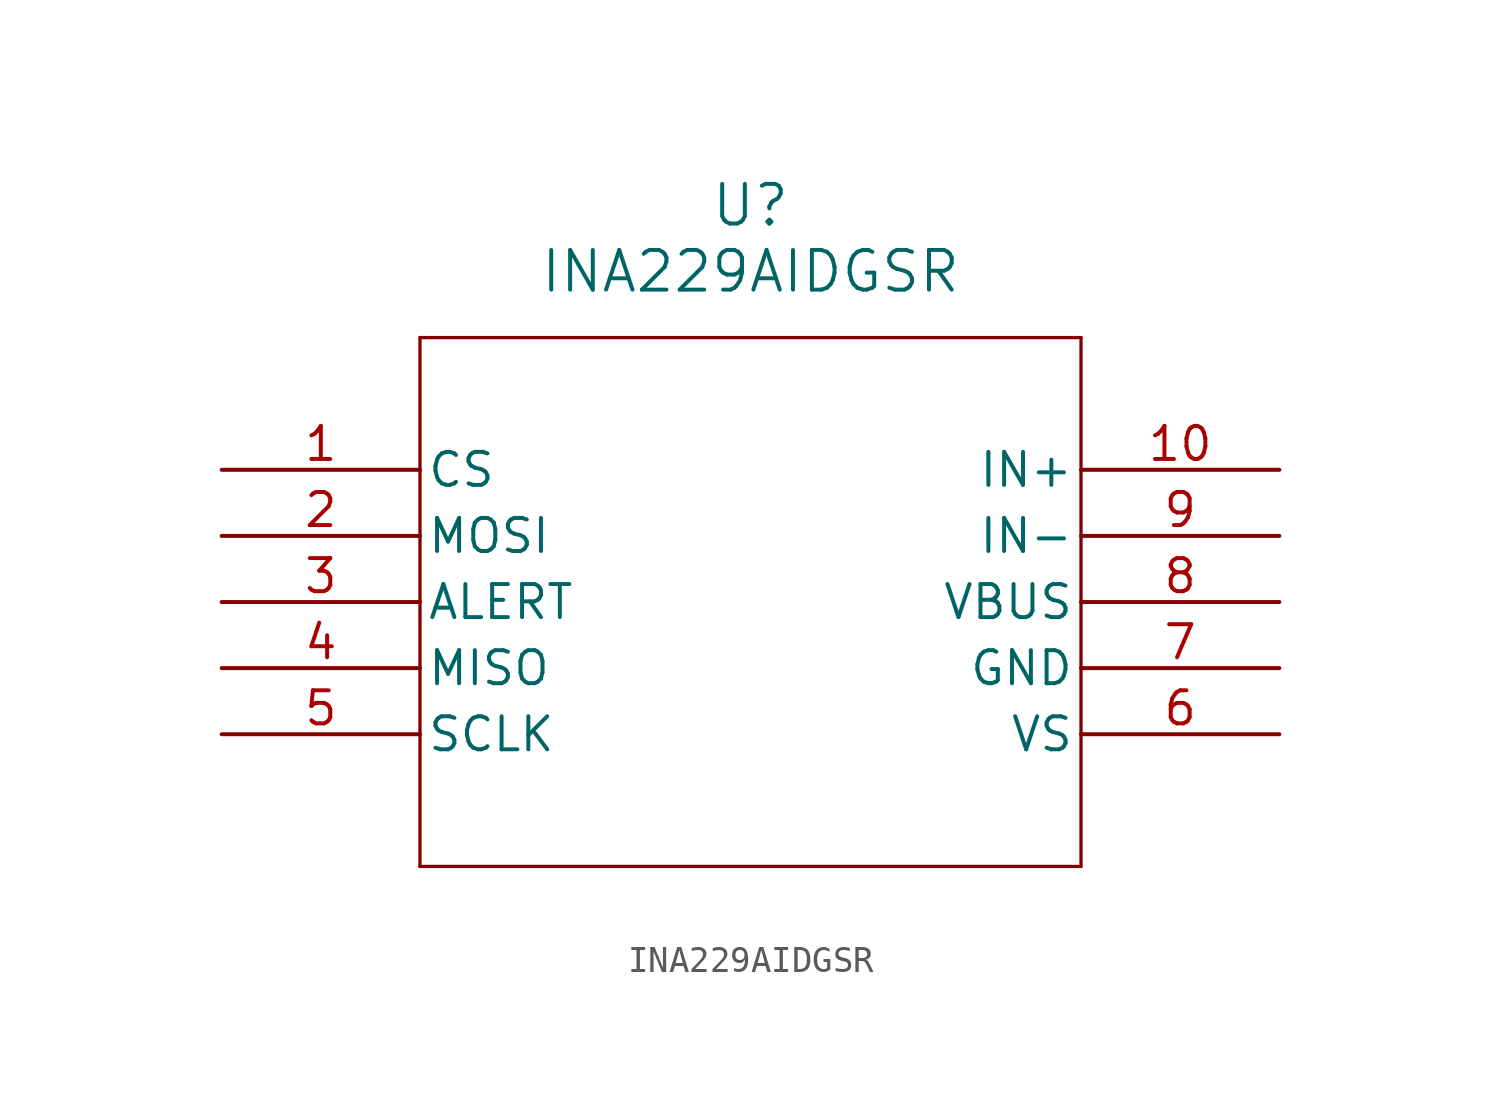
<source format=kicad_sym>
(kicad_symbol_lib
  (version 20211014)
  (generator kicad_symbol_editor)
  (symbol "INA229AIDGSR"
    (pin_names
      (offset 0.254))
    (property "Reference" "U"
      (at 20.32 10.16 0)
      (effects (font (size 1.524 1.524))))
    (property "Value" "INA229AIDGSR"
      (at 20.32 7.62 0)
      (effects (font (size 1.524 1.524))))
    (symbol "INA229AIDGSR_0_1"
      (polyline (pts (xy 7.62 5.08) (xy 7.62 -15.24)) (stroke (width 0.127) (type default) (color 0 0 0 0)) (fill (type none)))
      (polyline (pts (xy 7.62 -15.24) (xy 33.02 -15.24)) (stroke (width 0.127) (type default) (color 0 0 0 0)) (fill (type none)))
      (polyline (pts (xy 33.02 -15.24) (xy 33.02 5.08)) (stroke (width 0.127) (type default) (color 0 0 0 0)) (fill (type none)))
      (polyline (pts (xy 33.02 5.08) (xy 7.62 5.08)) (stroke (width 0.127) (type default) (color 0 0 0 0)) (fill (type none)))
      (pin input line (at 0 0 0) (length 7.62) (name "CS" (effects (font (size 1.27 1.27)))) (number "1" (effects (font (size 1.27 1.27)))))
      (pin input line (at 0 -2.54 0) (length 7.62) (name "MOSI" (effects (font (size 1.27 1.27)))) (number "2" (effects (font (size 1.27 1.27)))))
      (pin output line (at 0 -5.08 0) (length 7.62) (name "ALERT" (effects (font (size 1.27 1.27)))) (number "3" (effects (font (size 1.27 1.27)))))
      (pin output line (at 0 -7.62 0) (length 7.62) (name "MISO" (effects (font (size 1.27 1.27)))) (number "4" (effects (font (size 1.27 1.27)))))
      (pin input line (at 0 -10.16 0) (length 7.62) (name "SCLK" (effects (font (size 1.27 1.27)))) (number "5" (effects (font (size 1.27 1.27)))))
      (pin power_in line (at 40.64 -10.16 180) (length 7.62) (name "VS" (effects (font (size 1.27 1.27)))) (number "6" (effects (font (size 1.27 1.27)))))
      (pin power_out line (at 40.64 -7.62 180) (length 7.62) (name "GND" (effects (font (size 1.27 1.27)))) (number "7" (effects (font (size 1.27 1.27)))))
      (pin input line (at 40.64 -5.08 180) (length 7.62) (name "VBUS" (effects (font (size 1.27 1.27)))) (number "8" (effects (font (size 1.27 1.27)))))
      (pin input line (at 40.64 -2.54 180) (length 7.62) (name "IN-" (effects (font (size 1.27 1.27)))) (number "9" (effects (font (size 1.27 1.27)))))
      (pin input line (at 40.64 0 180) (length 7.62) (name "IN+" (effects (font (size 1.27 1.27)))) (number "10" (effects (font (size 1.27 1.27))))))))
</source>
